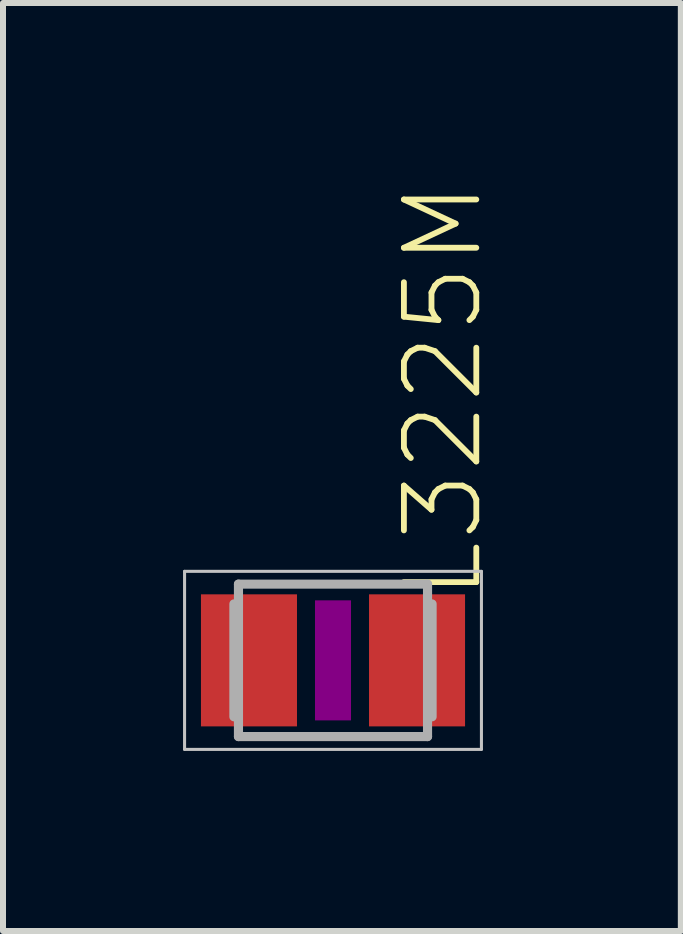
<source format=kicad_pcb>
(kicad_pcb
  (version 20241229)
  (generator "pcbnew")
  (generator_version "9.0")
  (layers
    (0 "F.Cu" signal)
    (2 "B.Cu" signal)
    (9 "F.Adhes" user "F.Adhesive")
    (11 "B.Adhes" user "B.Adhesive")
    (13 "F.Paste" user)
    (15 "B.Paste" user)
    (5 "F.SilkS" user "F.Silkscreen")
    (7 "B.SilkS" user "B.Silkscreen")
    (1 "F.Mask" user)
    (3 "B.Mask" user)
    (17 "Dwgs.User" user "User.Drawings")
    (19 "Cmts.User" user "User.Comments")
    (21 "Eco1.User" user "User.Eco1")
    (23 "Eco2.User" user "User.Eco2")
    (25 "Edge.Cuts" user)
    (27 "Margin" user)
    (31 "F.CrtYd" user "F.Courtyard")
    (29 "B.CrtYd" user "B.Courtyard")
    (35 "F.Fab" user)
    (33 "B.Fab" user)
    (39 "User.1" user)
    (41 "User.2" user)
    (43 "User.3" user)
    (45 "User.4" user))
  (footprint "L3225M"
    (layer "F.Cu")
    (at 2.498 7.952)
    (property "Reference" "L3225M" (at 2.54 -0.953 270) (layer "F.SilkS") (effects (font (size 1.206 1.206) (thickness 0.097)) (justify left bottom)))
    (attr through_hole)
    (fp_poly (pts (xy -0.3 1) (xy 0.3 1) (xy 0.3 -1) (xy -0.3 -1)) (stroke (width 0) (type solid)) (fill yes) (layer "F.Adhes"))
    (fp_line (start -2.473 -1.483) (end 2.473 -1.483) (stroke (width 0.051) (type solid)) (layer "Dwgs.User"))
    (fp_line (start -2.473 1.483) (end -2.473 -1.483) (stroke (width 0.051) (type solid)) (layer "Dwgs.User"))
    (fp_line (start 2.473 -1.483) (end 2.473 1.483) (stroke (width 0.051) (type solid)) (layer "Dwgs.User"))
    (fp_line (start 2.473 1.483) (end -2.473 1.483) (stroke (width 0.051) (type solid)) (layer "Dwgs.User"))
    (fp_line (start -1.651 -0.94) (end -1.651 0.94) (stroke (width 0.152) (type solid)) (layer "F.Fab"))
    (fp_line (start -1.575 -1.27) (end 1.575 -1.27) (stroke (width 0.152) (type solid)) (layer "F.Fab"))
    (fp_line (start -1.575 1.27) (end -1.575 -1.27) (stroke (width 0.152) (type solid)) (layer "F.Fab"))
    (fp_line (start 1.575 -1.27) (end 1.575 1.27) (stroke (width 0.152) (type solid)) (layer "F.Fab"))
    (fp_line (start 1.575 1.27) (end -1.575 1.27) (stroke (width 0.152) (type solid)) (layer "F.Fab"))
    (fp_line (start 1.651 -0.94) (end 1.651 0.94) (stroke (width 0.152) (type solid)) (layer "F.Fab"))
    (pad "1" smd rect (at -1.4 0) (size 1.6 2.2) (layers "F.Cu" "F.Mask" "F.Paste"))
    (pad "2" smd rect (at 1.4 0) (size 1.6 2.2) (layers "F.Cu" "F.Mask" "F.Paste")))
  (gr_rect
    (start -3 -3)
    (end 8.293 12.461)
    (stroke (width 0.1) (type default))
    (fill no)
    (layer "Edge.Cuts")))
</source>
